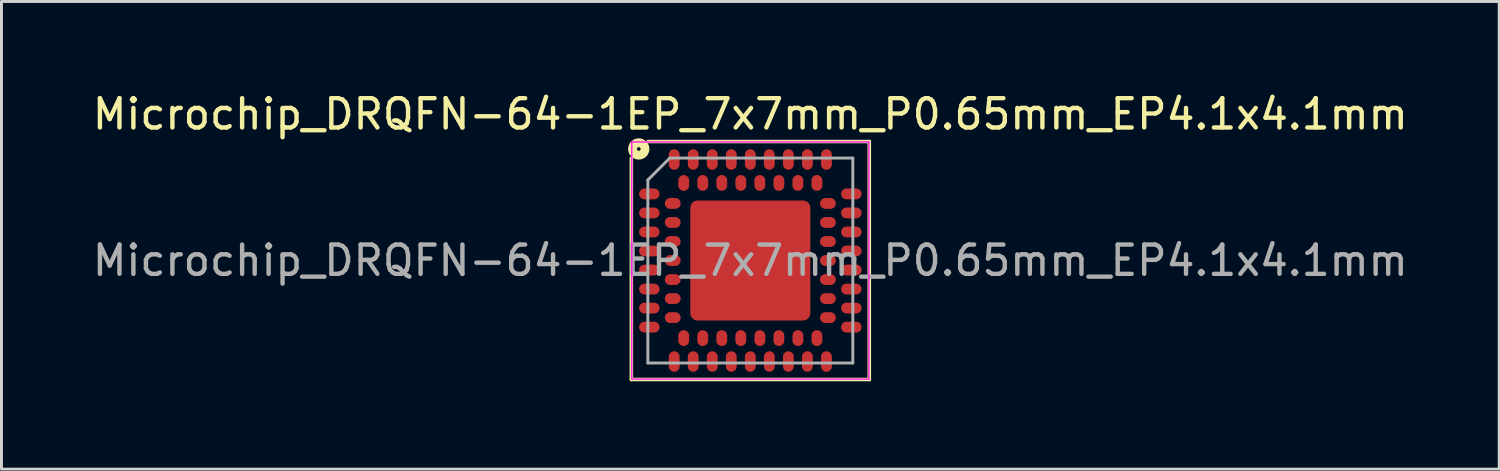
<source format=kicad_pcb>
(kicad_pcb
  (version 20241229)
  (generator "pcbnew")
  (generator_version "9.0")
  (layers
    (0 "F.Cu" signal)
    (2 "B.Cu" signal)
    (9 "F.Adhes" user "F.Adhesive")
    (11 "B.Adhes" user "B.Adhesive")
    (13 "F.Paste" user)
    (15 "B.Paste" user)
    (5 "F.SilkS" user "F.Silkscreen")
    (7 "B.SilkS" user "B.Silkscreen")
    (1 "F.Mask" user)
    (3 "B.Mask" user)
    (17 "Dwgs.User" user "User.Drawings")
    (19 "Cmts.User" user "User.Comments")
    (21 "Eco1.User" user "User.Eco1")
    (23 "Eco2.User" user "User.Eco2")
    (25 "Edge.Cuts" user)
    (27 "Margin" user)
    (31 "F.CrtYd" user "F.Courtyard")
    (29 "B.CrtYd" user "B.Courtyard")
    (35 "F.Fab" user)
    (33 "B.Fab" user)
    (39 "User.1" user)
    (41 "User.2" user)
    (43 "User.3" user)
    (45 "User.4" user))
  (footprint "Microchip_DRQFN-64-1EP_7x7mm_P0.65mm_EP4.1x4.1mm"
    (layer "F.Cu")
    (at 22.577 5.848)
    (property "Reference" "Microchip_DRQFN-64-1EP_7x7mm_P0.65mm_EP4.1x4.1mm" (at 0 -5 0) (layer "F.SilkS") (effects (font (size 1 1) (thickness 0.15))))
    (attr smd)
    (fp_line (start -4.064 4.064) (end -4.064 -3.493) (stroke (width 0.12) (type solid)) (layer "F.SilkS"))
    (fp_line (start -3.493 -4.064) (end 4.064 -4.064) (stroke (width 0.12) (type solid)) (layer "F.SilkS"))
    (fp_line (start 4.064 -4.064) (end 4.064 4.064) (stroke (width 0.12) (type solid)) (layer "F.SilkS"))
    (fp_line (start 4.064 4.064) (end -4.064 4.064) (stroke (width 0.12) (type solid)) (layer "F.SilkS"))
    (fp_circle (center -3.81 -3.81) (end -3.747 -3.81) (stroke (width 0.3) (type solid)) (fill no) (layer "F.SilkS"))
    (fp_line (start -4.05 -4.05) (end 4.05 -4.05) (stroke (width 0.05) (type solid)) (layer "F.CrtYd"))
    (fp_line (start -4.05 4.05) (end -4.05 -4.05) (stroke (width 0.05) (type solid)) (layer "F.CrtYd"))
    (fp_line (start 4.05 -4.05) (end 4.05 4.05) (stroke (width 0.05) (type solid)) (layer "F.CrtYd"))
    (fp_line (start 4.05 4.05) (end -4.05 4.05) (stroke (width 0.05) (type solid)) (layer "F.CrtYd"))
    (fp_line (start -3.5 -2.75) (end -2.75 -3.5) (stroke (width 0.1) (type solid)) (layer "F.Fab"))
    (fp_line (start -3.5 3.5) (end -3.5 -2.75) (stroke (width 0.1) (type solid)) (layer "F.Fab"))
    (fp_line (start -2.75 -3.5) (end 3.5 -3.5) (stroke (width 0.1) (type solid)) (layer "F.Fab"))
    (fp_line (start 3.5 -3.5) (end 3.5 3.5) (stroke (width 0.1) (type solid)) (layer "F.Fab"))
    (fp_line (start 3.5 3.5) (end -3.5 3.5) (stroke (width 0.1) (type solid)) (layer "F.Fab"))
    (fp_text user "${REFERENCE}" (at 0 0 0) (layer "F.Fab") (effects (font (size 1 1) (thickness 0.15))))
    (pad "" smd roundrect (at -1.3 -1.3) (size 1.15 1.15) (layers "F.Paste") (roundrect_rratio 0.1))
    (pad "" smd roundrect (at -1.3 0) (size 1.15 1.15) (layers "F.Paste") (roundrect_rratio 0.1))
    (pad "" smd roundrect (at -1.3 1.3) (size 1.15 1.15) (layers "F.Paste") (roundrect_rratio 0.1))
    (pad "" smd roundrect (at 0 -1.3) (size 1.15 1.15) (layers "F.Paste") (roundrect_rratio 0.1))
    (pad "" smd roundrect (at 0 0) (size 1.15 1.15) (layers "F.Paste") (roundrect_rratio 0.1))
    (pad "" smd roundrect (at 0 1.3) (size 1.15 1.15) (layers "F.Paste") (roundrect_rratio 0.1))
    (pad "" smd roundrect (at 1.3 -1.3) (size 1.15 1.15) (layers "F.Paste") (roundrect_rratio 0.1))
    (pad "" smd roundrect (at 1.3 0) (size 1.15 1.15) (layers "F.Paste") (roundrect_rratio 0.1))
    (pad "" smd roundrect (at 1.3 1.3) (size 1.15 1.15) (layers "F.Paste") (roundrect_rratio 0.1))
    (pad "A1" smd oval (at -3.45 -2.275) (size 0.7 0.37) (layers "F.Cu" "F.Mask" "F.Paste"))
    (pad "A2" smd oval (at -3.45 -1.625) (size 0.7 0.37) (layers "F.Cu" "F.Mask" "F.Paste"))
    (pad "A3" smd oval (at -3.45 -0.975) (size 0.7 0.37) (layers "F.Cu" "F.Mask" "F.Paste"))
    (pad "A4" smd oval (at -3.45 -0.325) (size 0.7 0.37) (layers "F.Cu" "F.Mask" "F.Paste"))
    (pad "A5" smd oval (at -3.45 0.325) (size 0.7 0.37) (layers "F.Cu" "F.Mask" "F.Paste"))
    (pad "A6" smd oval (at -3.45 0.975) (size 0.7 0.37) (layers "F.Cu" "F.Mask" "F.Paste"))
    (pad "A7" smd oval (at -3.45 1.625) (size 0.7 0.37) (layers "F.Cu" "F.Mask" "F.Paste"))
    (pad "A8" smd oval (at -3.45 2.275) (size 0.7 0.37) (layers "F.Cu" "F.Mask" "F.Paste"))
    (pad "A9" smd oval (at -2.6 3.45) (size 0.37 0.7) (layers "F.Cu" "F.Mask" "F.Paste"))
    (pad "A10" smd oval (at -1.95 3.45) (size 0.37 0.7) (layers "F.Cu" "F.Mask" "F.Paste"))
    (pad "A11" smd oval (at -1.3 3.45) (size 0.37 0.7) (layers "F.Cu" "F.Mask" "F.Paste"))
    (pad "A12" smd oval (at -0.65 3.45) (size 0.37 0.7) (layers "F.Cu" "F.Mask" "F.Paste"))
    (pad "A13" smd oval (at 0 3.45) (size 0.37 0.7) (layers "F.Cu" "F.Mask" "F.Paste"))
    (pad "A14" smd oval (at 0.65 3.45) (size 0.37 0.7) (layers "F.Cu" "F.Mask" "F.Paste"))
    (pad "A15" smd oval (at 1.3 3.45) (size 0.37 0.7) (layers "F.Cu" "F.Mask" "F.Paste"))
    (pad "A16" smd oval (at 1.95 3.45) (size 0.37 0.7) (layers "F.Cu" "F.Mask" "F.Paste"))
    (pad "A17" smd oval (at 2.6 3.45) (size 0.37 0.7) (layers "F.Cu" "F.Mask" "F.Paste"))
    (pad "A18" smd oval (at 3.45 2.275) (size 0.7 0.37) (layers "F.Cu" "F.Mask" "F.Paste"))
    (pad "A19" smd oval (at 3.45 1.625) (size 0.7 0.37) (layers "F.Cu" "F.Mask" "F.Paste"))
    (pad "A20" smd oval (at 3.45 0.975) (size 0.7 0.37) (layers "F.Cu" "F.Mask" "F.Paste"))
    (pad "A21" smd oval (at 3.45 0.325) (size 0.7 0.37) (layers "F.Cu" "F.Mask" "F.Paste"))
    (pad "A22" smd oval (at 3.45 -0.325) (size 0.7 0.37) (layers "F.Cu" "F.Mask" "F.Paste"))
    (pad "A23" smd oval (at 3.45 -0.975) (size 0.7 0.37) (layers "F.Cu" "F.Mask" "F.Paste"))
    (pad "A24" smd oval (at 3.45 -1.625) (size 0.7 0.37) (layers "F.Cu" "F.Mask" "F.Paste"))
    (pad "A25" smd oval (at 3.45 -2.275) (size 0.7 0.37) (layers "F.Cu" "F.Mask" "F.Paste"))
    (pad "A26" smd oval (at 2.6 -3.45) (size 0.37 0.7) (layers "F.Cu" "F.Mask" "F.Paste"))
    (pad "A27" smd oval (at 1.95 -3.45) (size 0.37 0.7) (layers "F.Cu" "F.Mask" "F.Paste"))
    (pad "A28" smd oval (at 1.3 -3.45) (size 0.37 0.7) (layers "F.Cu" "F.Mask" "F.Paste"))
    (pad "A29" smd oval (at 0.65 -3.45) (size 0.37 0.7) (layers "F.Cu" "F.Mask" "F.Paste"))
    (pad "A30" smd oval (at 0 -3.45) (size 0.37 0.7) (layers "F.Cu" "F.Mask" "F.Paste"))
    (pad "A31" smd oval (at -0.65 -3.45) (size 0.37 0.7) (layers "F.Cu" "F.Mask" "F.Paste"))
    (pad "A32" smd oval (at -1.3 -3.45) (size 0.37 0.7) (layers "F.Cu" "F.Mask" "F.Paste"))
    (pad "A33" smd oval (at -1.95 -3.45) (size 0.37 0.7) (layers "F.Cu" "F.Mask" "F.Paste"))
    (pad "A34" smd oval (at -2.6 -3.45) (size 0.37 0.7) (layers "F.Cu" "F.Mask" "F.Paste"))
    (pad "B1" smd oval (at -2.65 -1.95) (size 0.54 0.37) (layers "F.Cu" "F.Mask" "F.Paste"))
    (pad "B2" smd oval (at -2.65 -1.3) (size 0.54 0.37) (layers "F.Cu" "F.Mask" "F.Paste"))
    (pad "B3" smd oval (at -2.65 -0.65) (size 0.54 0.37) (layers "F.Cu" "F.Mask" "F.Paste"))
    (pad "B4" smd oval (at -2.65 0) (size 0.54 0.37) (layers "F.Cu" "F.Mask" "F.Paste"))
    (pad "B5" smd oval (at -2.65 0.65) (size 0.54 0.37) (layers "F.Cu" "F.Mask" "F.Paste"))
    (pad "B6" smd oval (at -2.65 1.3) (size 0.54 0.37) (layers "F.Cu" "F.Mask" "F.Paste"))
    (pad "B7" smd oval (at -2.65 1.95) (size 0.54 0.37) (layers "F.Cu" "F.Mask" "F.Paste"))
    (pad "B8" smd oval (at -2.275 2.65) (size 0.37 0.54) (layers "F.Cu" "F.Mask" "F.Paste"))
    (pad "B9" smd oval (at -1.625 2.65) (size 0.37 0.54) (layers "F.Cu" "F.Mask" "F.Paste"))
    (pad "B10" smd oval (at -0.975 2.65) (size 0.37 0.54) (layers "F.Cu" "F.Mask" "F.Paste"))
    (pad "B11" smd oval (at -0.325 2.65) (size 0.37 0.54) (layers "F.Cu" "F.Mask" "F.Paste"))
    (pad "B12" smd oval (at 0.325 2.65) (size 0.37 0.54) (layers "F.Cu" "F.Mask" "F.Paste"))
    (pad "B13" smd oval (at 0.975 2.65) (size 0.37 0.54) (layers "F.Cu" "F.Mask" "F.Paste"))
    (pad "B14" smd oval (at 1.625 2.65) (size 0.37 0.54) (layers "F.Cu" "F.Mask" "F.Paste"))
    (pad "B15" smd oval (at 2.275 2.65) (size 0.37 0.54) (layers "F.Cu" "F.Mask" "F.Paste"))
    (pad "B16" smd oval (at 2.65 1.95) (size 0.54 0.37) (layers "F.Cu" "F.Mask" "F.Paste"))
    (pad "B17" smd oval (at 2.65 1.3) (size 0.54 0.37) (layers "F.Cu" "F.Mask" "F.Paste"))
    (pad "B18" smd oval (at 2.65 0.65) (size 0.54 0.37) (layers "F.Cu" "F.Mask" "F.Paste"))
    (pad "B19" smd oval (at 2.65 0) (size 0.54 0.37) (layers "F.Cu" "F.Mask" "F.Paste"))
    (pad "B20" smd oval (at 2.65 -0.65) (size 0.54 0.37) (layers "F.Cu" "F.Mask" "F.Paste"))
    (pad "B21" smd oval (at 2.65 -1.3) (size 0.54 0.37) (layers "F.Cu" "F.Mask" "F.Paste"))
    (pad "B22" smd oval (at 2.65 -1.95) (size 0.54 0.37) (layers "F.Cu" "F.Mask" "F.Paste"))
    (pad "B23" smd oval (at 2.275 -2.65) (size 0.37 0.54) (layers "F.Cu" "F.Mask" "F.Paste"))
    (pad "B24" smd oval (at 1.625 -2.65) (size 0.37 0.54) (layers "F.Cu" "F.Mask" "F.Paste"))
    (pad "B25" smd oval (at 0.975 -2.65) (size 0.37 0.54) (layers "F.Cu" "F.Mask" "F.Paste"))
    (pad "B26" smd oval (at 0.325 -2.65) (size 0.37 0.54) (layers "F.Cu" "F.Mask" "F.Paste"))
    (pad "B27" smd oval (at -0.325 -2.65) (size 0.37 0.54) (layers "F.Cu" "F.Mask" "F.Paste"))
    (pad "B28" smd oval (at -0.975 -2.65) (size 0.37 0.54) (layers "F.Cu" "F.Mask" "F.Paste"))
    (pad "B29" smd oval (at -1.625 -2.65) (size 0.37 0.54) (layers "F.Cu" "F.Mask" "F.Paste"))
    (pad "B30" smd oval (at -2.275 -2.65) (size 0.37 0.54) (layers "F.Cu" "F.Mask" "F.Paste"))
    (pad "EP" smd roundrect (at 0 0) (size 4.1 4.1) (layers "F.Cu" "F.Mask") (roundrect_rratio 0.06)))
  (gr_rect
    (start -3 -3)
    (end 48.155 12.972)
    (stroke (width 0.1) (type default))
    (fill no)
    (layer "Edge.Cuts")))
</source>
